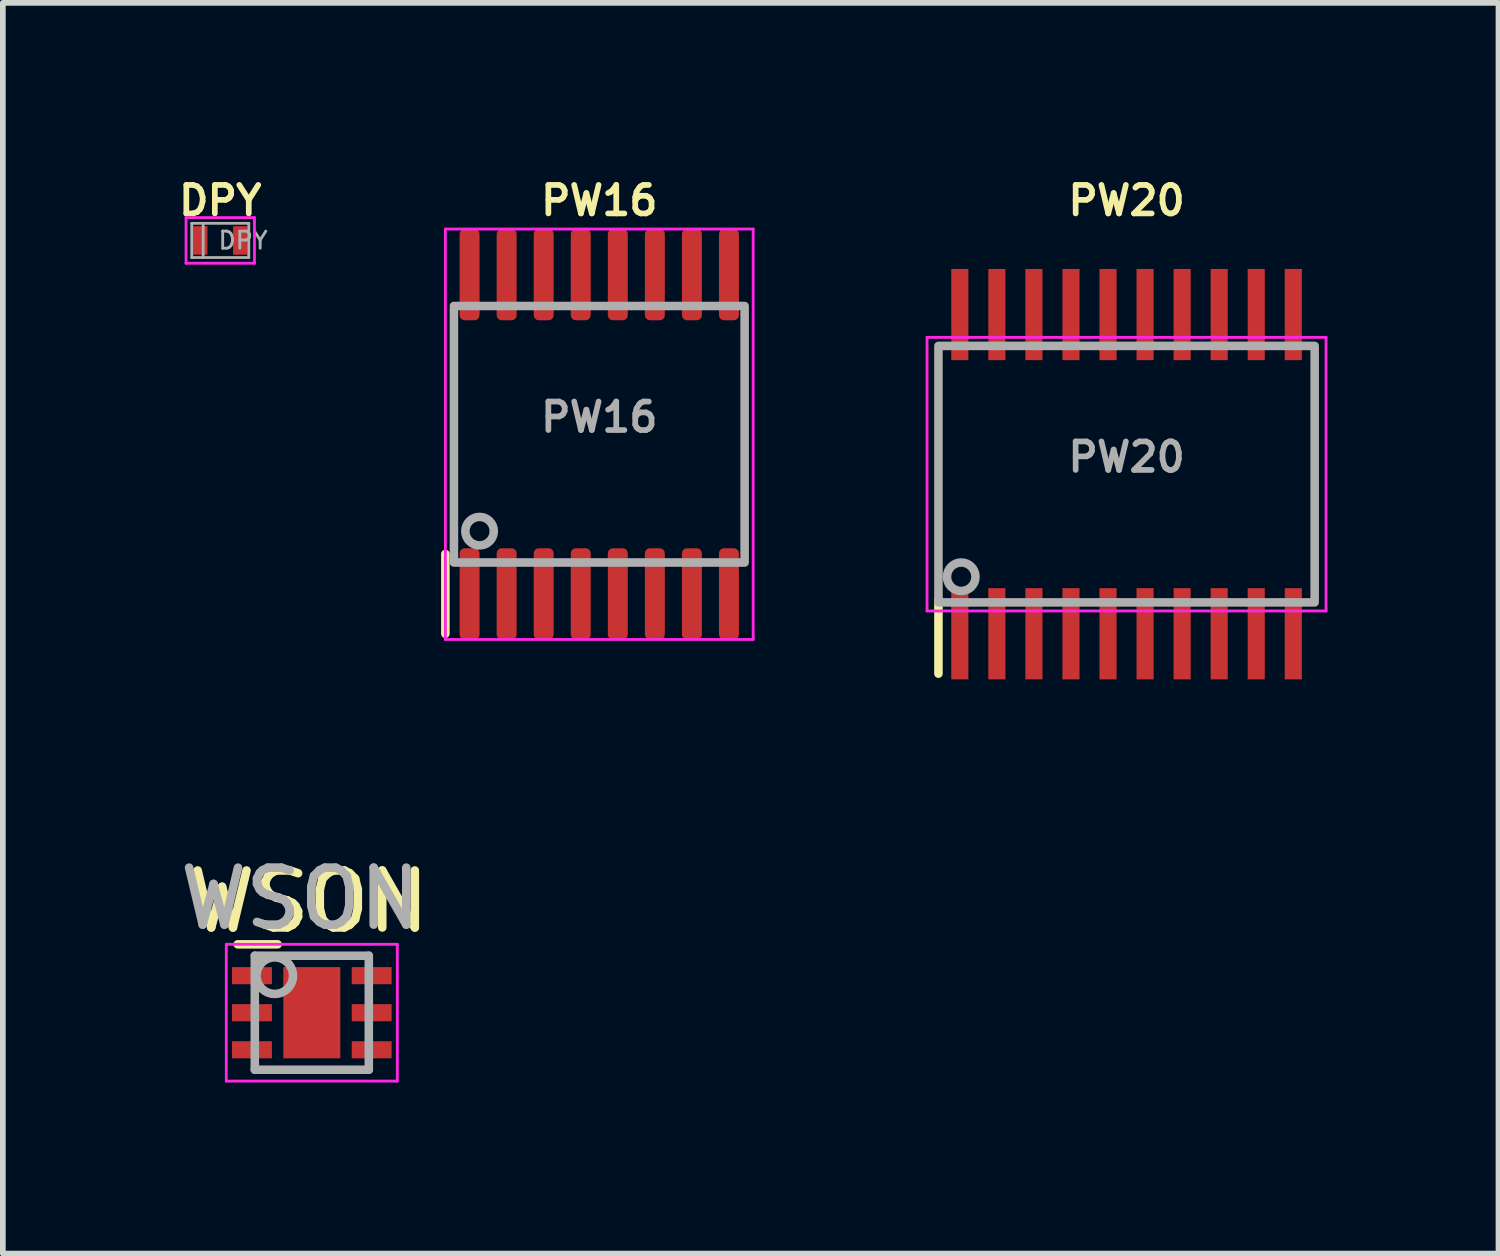
<source format=kicad_pcb>
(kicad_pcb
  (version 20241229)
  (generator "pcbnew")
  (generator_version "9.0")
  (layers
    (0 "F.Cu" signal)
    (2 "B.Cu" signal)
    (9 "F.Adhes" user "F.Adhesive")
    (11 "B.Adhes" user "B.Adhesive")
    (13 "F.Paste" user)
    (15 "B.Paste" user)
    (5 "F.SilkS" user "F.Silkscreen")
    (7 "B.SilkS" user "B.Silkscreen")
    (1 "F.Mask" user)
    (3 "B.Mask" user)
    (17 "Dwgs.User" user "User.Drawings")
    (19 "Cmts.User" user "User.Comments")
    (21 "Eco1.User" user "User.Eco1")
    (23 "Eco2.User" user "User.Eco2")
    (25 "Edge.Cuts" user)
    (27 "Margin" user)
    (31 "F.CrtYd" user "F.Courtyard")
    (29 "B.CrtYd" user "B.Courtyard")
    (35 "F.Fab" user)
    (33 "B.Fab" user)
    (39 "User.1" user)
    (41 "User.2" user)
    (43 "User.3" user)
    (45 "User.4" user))
  (footprint "PW16"
    (layer "F.Cu")
    (at 7.463 4.568)
    (property "Reference" "PW16" (at 0 -4.1 0) (layer "F.SilkS") (effects (font (size 0.5 0.5) (thickness 0.1))))
    (attr smd)
    (fp_line (start -2.7 3.5) (end -2.7 2.1) (stroke (width 0.15) (type solid)) (layer "F.SilkS"))
    (fp_line (start -2.7 -3.6) (end -2.7 3.6) (stroke (width 0.05) (type solid)) (layer "F.CrtYd"))
    (fp_line (start -2.7 3.6) (end 2.7 3.6) (stroke (width 0.05) (type solid)) (layer "F.CrtYd"))
    (fp_line (start 2.7 -3.6) (end -2.7 -3.6) (stroke (width 0.05) (type solid)) (layer "F.CrtYd"))
    (fp_line (start 2.7 3.6) (end 2.7 -3.6) (stroke (width 0.05) (type solid)) (layer "F.CrtYd"))
    (fp_line (start -2.55 -2.25) (end 2.55 -2.25) (stroke (width 0.15) (type solid)) (layer "F.Fab"))
    (fp_line (start -2.55 -2.2) (end -2.55 2.2) (stroke (width 0.15) (type solid)) (layer "F.Fab"))
    (fp_line (start -2.55 2.25) (end 2.55 2.25) (stroke (width 0.15) (type solid)) (layer "F.Fab"))
    (fp_line (start 2.55 -2.2) (end 2.55 2.2) (stroke (width 0.15) (type solid)) (layer "F.Fab"))
    (fp_circle (center -2.1 1.7) (end -1.85 1.7) (stroke (width 0.15) (type solid)) (fill no) (layer "F.Fab"))
    (fp_text user "${REFERENCE}" (at 0 -0.3 0) (layer "F.Fab") (effects (font (size 0.5 0.5) (thickness 0.1))))
    (pad "1" smd roundrect (at -2.275 2.8) (size 0.35 1.6) (layers "F.Cu" "F.Mask" "F.Paste") (roundrect_rratio 0.25))
    (pad "2" smd roundrect (at -1.625 2.8) (size 0.35 1.6) (layers "F.Cu" "F.Mask" "F.Paste") (roundrect_rratio 0.25))
    (pad "3" smd roundrect (at -0.975 2.8) (size 0.35 1.6) (layers "F.Cu" "F.Mask" "F.Paste") (roundrect_rratio 0.25))
    (pad "4" smd roundrect (at -0.325 2.8) (size 0.35 1.6) (layers "F.Cu" "F.Mask" "F.Paste") (roundrect_rratio 0.25))
    (pad "5" smd roundrect (at 0.325 2.8) (size 0.35 1.6) (layers "F.Cu" "F.Mask" "F.Paste") (roundrect_rratio 0.25))
    (pad "6" smd roundrect (at 0.975 2.8) (size 0.35 1.6) (layers "F.Cu" "F.Mask" "F.Paste") (roundrect_rratio 0.25))
    (pad "7" smd roundrect (at 1.625 2.8) (size 0.35 1.6) (layers "F.Cu" "F.Mask" "F.Paste") (roundrect_rratio 0.25))
    (pad "8" smd roundrect (at 2.275 2.8) (size 0.35 1.6) (layers "F.Cu" "F.Mask" "F.Paste") (roundrect_rratio 0.25))
    (pad "9" smd roundrect (at 2.275 -2.8) (size 0.35 1.6) (layers "F.Cu" "F.Mask" "F.Paste") (roundrect_rratio 0.25))
    (pad "10" smd roundrect (at 1.625 -2.8) (size 0.35 1.6) (layers "F.Cu" "F.Mask" "F.Paste") (roundrect_rratio 0.25))
    (pad "11" smd roundrect (at 0.975 -2.8) (size 0.35 1.6) (layers "F.Cu" "F.Mask" "F.Paste") (roundrect_rratio 0.25))
    (pad "12" smd roundrect (at 0.325 -2.8) (size 0.35 1.6) (layers "F.Cu" "F.Mask" "F.Paste") (roundrect_rratio 0.25))
    (pad "13" smd roundrect (at -0.325 -2.8) (size 0.35 1.6) (layers "F.Cu" "F.Mask" "F.Paste") (roundrect_rratio 0.25))
    (pad "14" smd roundrect (at -0.975 -2.8) (size 0.35 1.6) (layers "F.Cu" "F.Mask" "F.Paste") (roundrect_rratio 0.25))
    (pad "15" smd roundrect (at -1.625 -2.8) (size 0.35 1.6) (layers "F.Cu" "F.Mask" "F.Paste") (roundrect_rratio 0.25))
    (pad "16" smd roundrect (at -2.275 -2.8) (size 0.35 1.6) (layers "F.Cu" "F.Mask" "F.Paste") (roundrect_rratio 0.25)))
  (footprint "DPY"
    (layer "F.Cu")
    (at 0.814 1.168)
    (property "Reference" "DPY" (at 0 -0.7 0) (layer "F.SilkS") (effects (font (size 0.5 0.5) (thickness 0.1))))
    (attr smd)
    (fp_line (start -0.6 -0.4) (end -0.6 0.4) (stroke (width 0.05) (type solid)) (layer "F.CrtYd"))
    (fp_line (start -0.6 -0.4) (end 0.6 -0.4) (stroke (width 0.05) (type solid)) (layer "F.CrtYd"))
    (fp_line (start -0.6 0.4) (end 0.6 0.4) (stroke (width 0.05) (type solid)) (layer "F.CrtYd"))
    (fp_line (start 0.6 -0.4) (end 0.6 0.4) (stroke (width 0.05) (type solid)) (layer "F.CrtYd"))
    (fp_line (start -0.5 -0.3) (end 0.5 -0.3) (stroke (width 0.05) (type solid)) (layer "F.Fab"))
    (fp_line (start -0.5 0.3) (end -0.5 -0.3) (stroke (width 0.05) (type solid)) (layer "F.Fab"))
    (fp_line (start -0.3 -0.3) (end -0.3 0.3) (stroke (width 0.05) (type solid)) (layer "F.Fab"))
    (fp_line (start 0.5 -0.3) (end 0.5 0.3) (stroke (width 0.05) (type solid)) (layer "F.Fab"))
    (fp_line (start 0.5 0.3) (end -0.5 0.3) (stroke (width 0.05) (type solid)) (layer "F.Fab"))
    (fp_text user "${REFERENCE}" (at 0.4 0 0) (layer "F.Fab") (effects (font (size 0.3 0.3) (thickness 0.05))))
    (pad "1" smd rect (at -0.35 0) (size 0.25 0.5) (layers "F.Cu" "F.Mask" "F.Paste"))
    (pad "2" smd rect (at 0.35 0) (size 0.25 0.5) (layers "F.Cu" "F.Mask" "F.Paste")))
  (footprint "WSON"
    (layer "F.Cu")
    (at 2.42 14.716)
    (property "Reference" "WSON" (at -0.05 -1.95 0) (layer "F.SilkS") (effects (font (size 1 1) (thickness 0.15))))
    (attr smd)
    (fp_line (start -1.3 -1.2) (end -0.6 -1.2) (stroke (width 0.15) (type solid)) (layer "F.SilkS"))
    (fp_line (start -1.5 -1.2) (end 1.5 -1.2) (stroke (width 0.05) (type solid)) (layer "F.CrtYd"))
    (fp_line (start -1.5 1.2) (end -1.5 -1.2) (stroke (width 0.05) (type solid)) (layer "F.CrtYd"))
    (fp_line (start 1.5 -1.2) (end 1.5 1.2) (stroke (width 0.05) (type solid)) (layer "F.CrtYd"))
    (fp_line (start 1.5 1.2) (end -1.5 1.2) (stroke (width 0.05) (type solid)) (layer "F.CrtYd"))
    (fp_line (start -1 -1) (end 1 -1) (stroke (width 0.15) (type solid)) (layer "F.Fab"))
    (fp_line (start -1 1) (end -1 -1) (stroke (width 0.15) (type solid)) (layer "F.Fab"))
    (fp_line (start 1 -1) (end 1 1) (stroke (width 0.15) (type solid)) (layer "F.Fab"))
    (fp_line (start 1 1) (end -1 1) (stroke (width 0.15) (type solid)) (layer "F.Fab"))
    (fp_circle (center -0.65 -0.65) (end -0.9 -0.85) (stroke (width 0.15) (type solid)) (fill no) (layer "F.Fab"))
    (fp_text user "${REFERENCE}" (at -0.2 -2 0) (layer "F.Fab") (effects (font (size 1 1) (thickness 0.15))))
    (pad "1" smd rect (at -1.05 -0.65) (size 0.7 0.3) (layers "F.Cu" "F.Mask" "F.Paste"))
    (pad "2" smd rect (at -1.05 0) (size 0.7 0.3) (layers "F.Cu" "F.Mask" "F.Paste"))
    (pad "3" smd rect (at -1.05 0.65) (size 0.7 0.3) (layers "F.Cu" "F.Mask" "F.Paste"))
    (pad "4" smd rect (at 1.05 0.65) (size 0.7 0.3) (layers "F.Cu" "F.Mask" "F.Paste"))
    (pad "5" smd rect (at 1.05 0) (size 0.7 0.3) (layers "F.Cu" "F.Mask" "F.Paste"))
    (pad "6" smd rect (at 1.05 -0.65) (size 0.7 0.3) (layers "F.Cu" "F.Mask" "F.Paste"))
    (pad "7" smd rect (at 0 0) (size 1 1.6) (layers "F.Cu" "F.Mask" "F.Paste")))
  (footprint "PW20"
    (layer "F.Cu")
    (at 16.713 5.268)
    (property "Reference" "PW20" (at 0 -4.8 0) (layer "F.SilkS") (effects (font (size 0.5 0.5) (thickness 0.1))))
    (attr smd)
    (fp_line (start -3.3 3.5) (end -3.3 2.2) (stroke (width 0.15) (type solid)) (layer "F.SilkS"))
    (fp_line (start -3.5 -2.4) (end -3.5 2.4) (stroke (width 0.05) (type solid)) (layer "F.CrtYd"))
    (fp_line (start -3.5 2.4) (end 3.5 2.4) (stroke (width 0.05) (type solid)) (layer "F.CrtYd"))
    (fp_line (start 3.5 -2.4) (end -3.5 -2.4) (stroke (width 0.05) (type solid)) (layer "F.CrtYd"))
    (fp_line (start 3.5 2.4) (end 3.5 -2.4) (stroke (width 0.05) (type solid)) (layer "F.CrtYd"))
    (fp_line (start -3.3 -2.25) (end 3.3 -2.25) (stroke (width 0.15) (type solid)) (layer "F.Fab"))
    (fp_line (start -3.3 -2.2) (end -3.3 2.2) (stroke (width 0.15) (type solid)) (layer "F.Fab"))
    (fp_line (start -3.3 2.25) (end 3.3 2.25) (stroke (width 0.15) (type solid)) (layer "F.Fab"))
    (fp_line (start 3.3 -2.2) (end 3.3 2.2) (stroke (width 0.15) (type solid)) (layer "F.Fab"))
    (fp_circle (center -2.9 1.8) (end -2.65 1.8) (stroke (width 0.15) (type solid)) (fill no) (layer "F.Fab"))
    (fp_text user "${REFERENCE}" (at 0 -0.3 0) (layer "F.Fab") (effects (font (size 0.5 0.5) (thickness 0.1))))
    (pad "1" smd rect (at -2.925 2.8) (size 0.3 1.6) (layers "F.Cu" "F.Mask" "F.Paste"))
    (pad "2" smd rect (at -2.275 2.8) (size 0.3 1.6) (layers "F.Cu" "F.Mask" "F.Paste"))
    (pad "3" smd rect (at -1.625 2.8) (size 0.3 1.6) (layers "F.Cu" "F.Mask" "F.Paste"))
    (pad "4" smd rect (at -0.975 2.8) (size 0.3 1.6) (layers "F.Cu" "F.Mask" "F.Paste"))
    (pad "5" smd rect (at -0.325 2.8) (size 0.3 1.6) (layers "F.Cu" "F.Mask" "F.Paste"))
    (pad "6" smd rect (at 0.325 2.8) (size 0.3 1.6) (layers "F.Cu" "F.Mask" "F.Paste"))
    (pad "7" smd rect (at 0.975 2.8) (size 0.3 1.6) (layers "F.Cu" "F.Mask" "F.Paste"))
    (pad "8" smd rect (at 1.625 2.8) (size 0.3 1.6) (layers "F.Cu" "F.Mask" "F.Paste"))
    (pad "9" smd rect (at 2.275 2.8) (size 0.3 1.6) (layers "F.Cu" "F.Mask" "F.Paste"))
    (pad "10" smd rect (at 2.925 2.8) (size 0.3 1.6) (layers "F.Cu" "F.Mask" "F.Paste"))
    (pad "11" smd rect (at 2.925 -2.8) (size 0.3 1.6) (layers "F.Cu" "F.Mask" "F.Paste"))
    (pad "12" smd rect (at 2.275 -2.8) (size 0.3 1.6) (layers "F.Cu" "F.Mask" "F.Paste"))
    (pad "13" smd rect (at 1.625 -2.8) (size 0.3 1.6) (layers "F.Cu" "F.Mask" "F.Paste"))
    (pad "14" smd rect (at 0.975 -2.8) (size 0.3 1.6) (layers "F.Cu" "F.Mask" "F.Paste"))
    (pad "15" smd rect (at 0.325 -2.8) (size 0.3 1.6) (layers "F.Cu" "F.Mask" "F.Paste"))
    (pad "16" smd rect (at -0.325 -2.8) (size 0.3 1.6) (layers "F.Cu" "F.Mask" "F.Paste"))
    (pad "17" smd rect (at -0.975 -2.8) (size 0.3 1.6) (layers "F.Cu" "F.Mask" "F.Paste"))
    (pad "18" smd rect (at -1.625 -2.8) (size 0.3 1.6) (layers "F.Cu" "F.Mask" "F.Paste"))
    (pad "19" smd rect (at -2.275 -2.8) (size 0.3 1.6) (layers "F.Cu" "F.Mask" "F.Paste"))
    (pad "20" smd rect (at -2.925 -2.8) (size 0.3 1.6) (layers "F.Cu" "F.Mask" "F.Paste")))
  (gr_rect
    (start -3 -3)
    (end 23.238 18.941)
    (stroke (width 0.1) (type default))
    (fill no)
    (layer "Edge.Cuts")))
</source>
